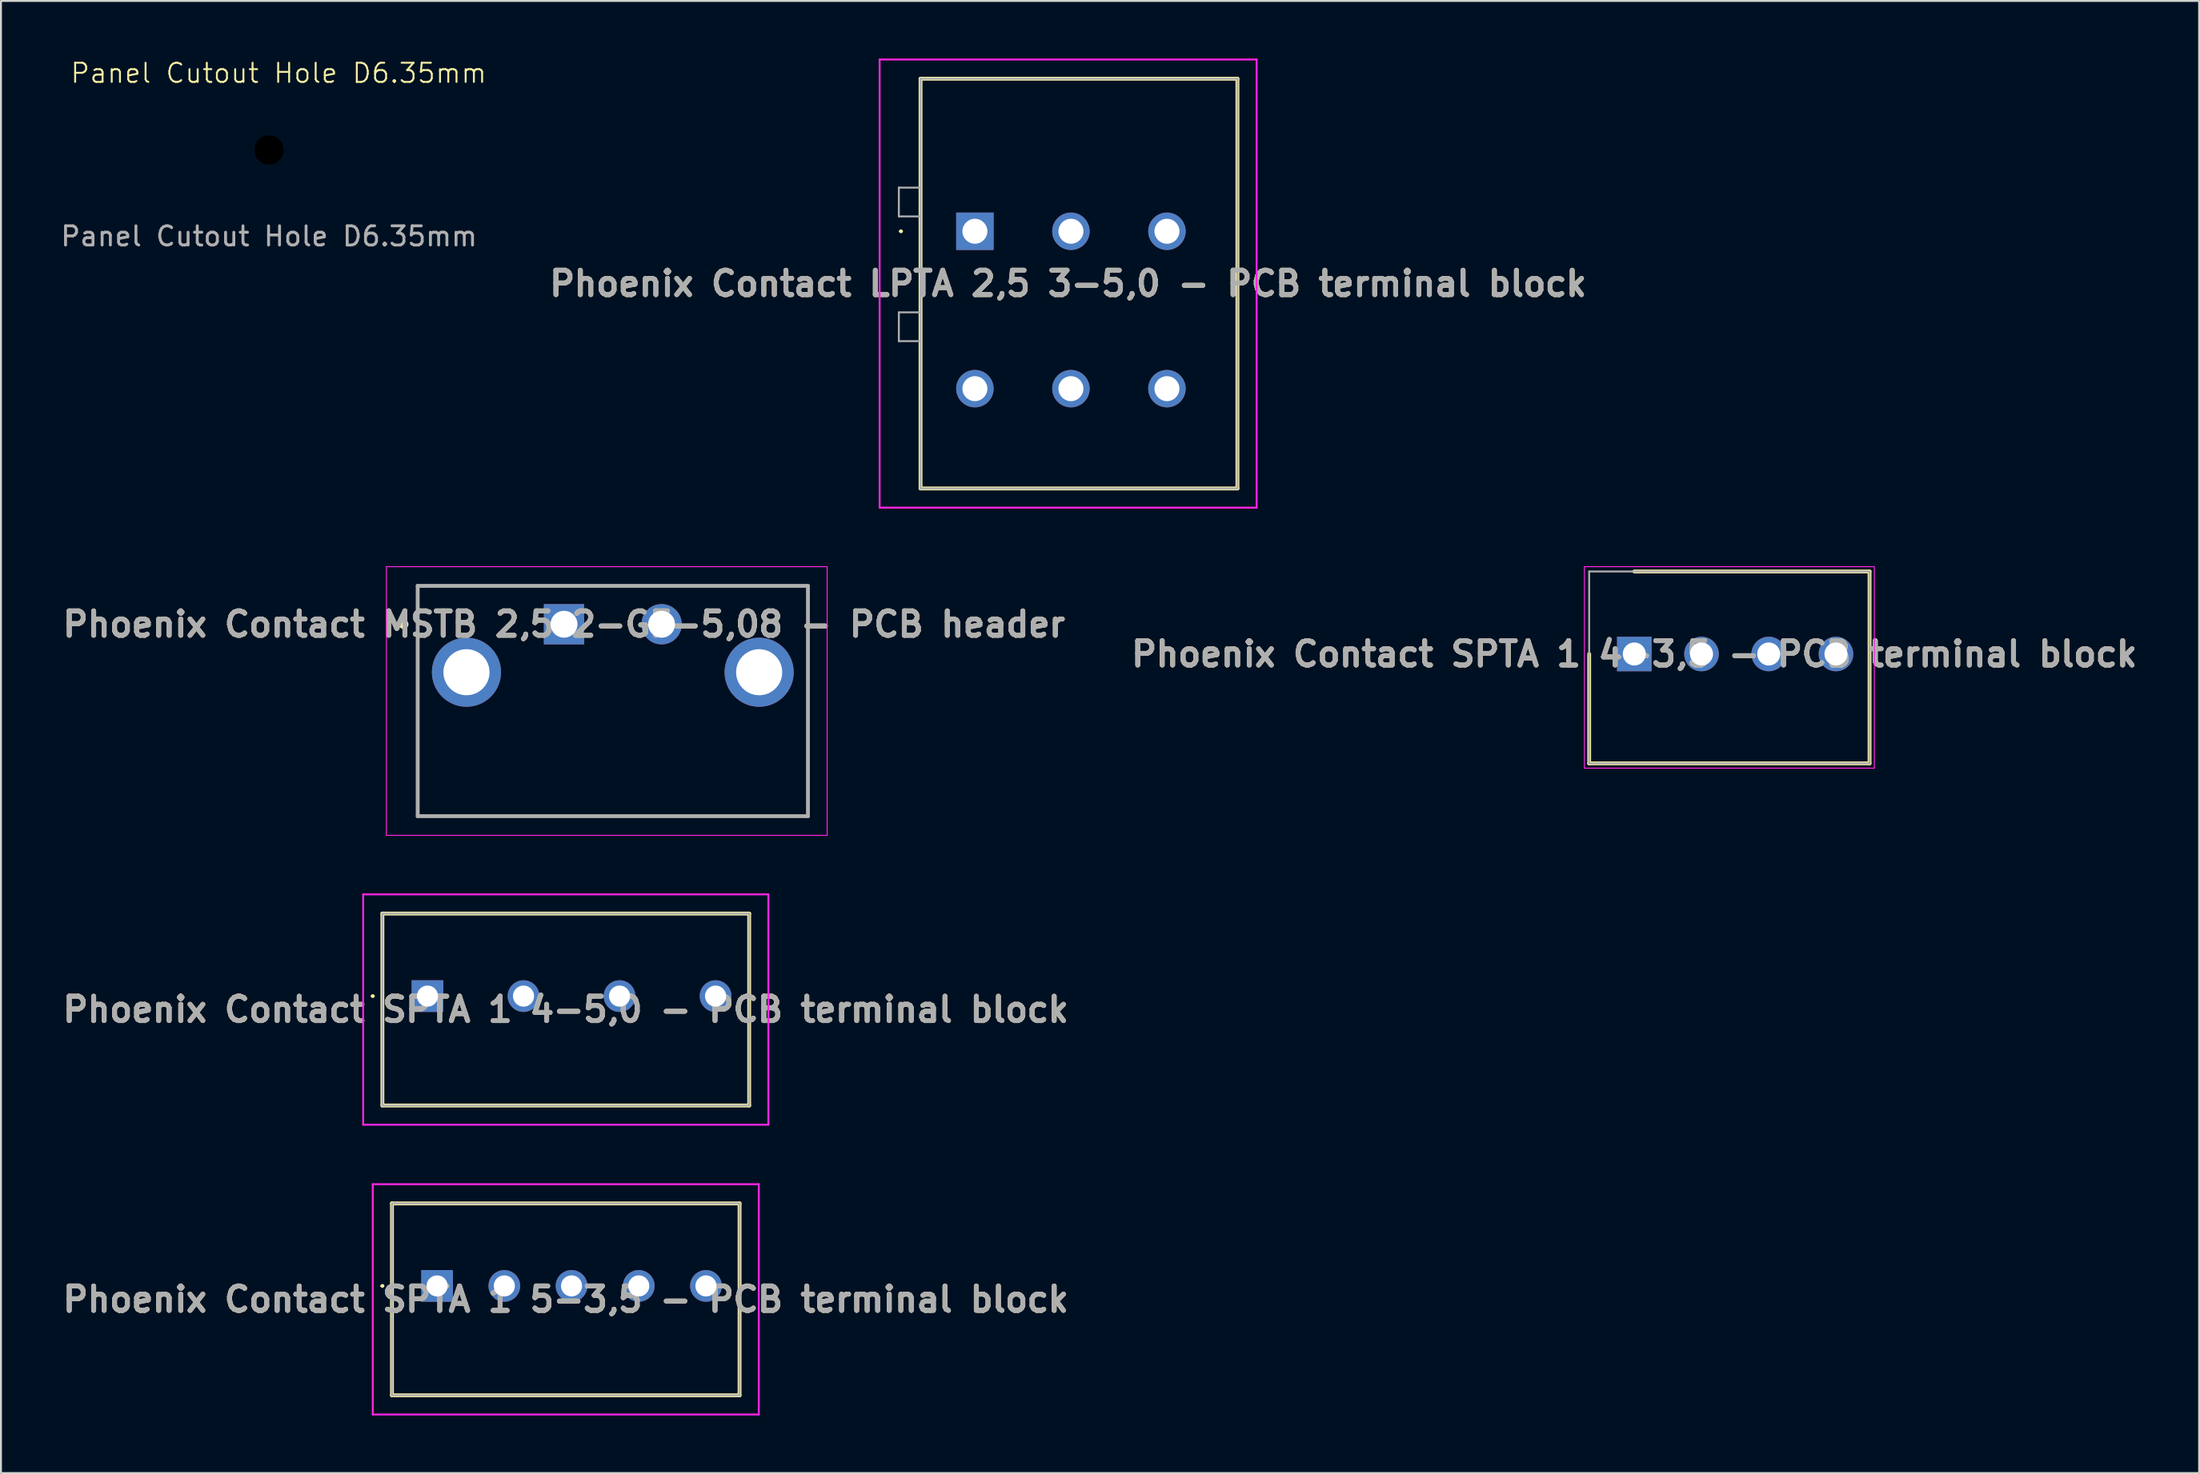
<source format=kicad_pcb>
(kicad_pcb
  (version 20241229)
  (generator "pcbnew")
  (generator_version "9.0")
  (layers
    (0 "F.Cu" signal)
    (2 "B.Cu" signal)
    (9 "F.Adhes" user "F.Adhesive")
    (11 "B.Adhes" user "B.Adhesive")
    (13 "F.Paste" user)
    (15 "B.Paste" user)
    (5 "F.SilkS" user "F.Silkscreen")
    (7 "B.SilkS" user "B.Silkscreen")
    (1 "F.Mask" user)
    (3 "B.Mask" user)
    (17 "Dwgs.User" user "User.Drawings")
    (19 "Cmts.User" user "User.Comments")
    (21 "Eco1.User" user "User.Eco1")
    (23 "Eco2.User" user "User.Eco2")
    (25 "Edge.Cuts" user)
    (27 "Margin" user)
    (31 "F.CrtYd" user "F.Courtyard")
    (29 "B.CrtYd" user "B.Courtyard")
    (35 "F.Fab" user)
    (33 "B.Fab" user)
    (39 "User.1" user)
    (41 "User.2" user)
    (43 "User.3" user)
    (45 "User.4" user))
  (footprint "Phoenix Contact SPTA 1 5-3,5 - PCB terminal block"
    (layer "F.Cu")
    (at 19.71 63.95)
    (property "Reference" "Phoenix Contact SPTA 1 5-3,5 - PCB terminal block" (at 6.7 0.7 0) (layer "F.SilkS") (effects (font (size 1.27 1.27) (thickness 0.254))))
    (attr through_hole)
    (fp_line (start -2.9 0) (end -2.9 0) (stroke (width 0.1) (type solid)) (layer "F.SilkS"))
    (fp_line (start -2.8 0) (end -2.8 0) (stroke (width 0.1) (type solid)) (layer "F.SilkS"))
    (fp_line (start -2.35 -4.3) (end -2.35 5.7) (stroke (width 0.2) (type solid)) (layer "F.SilkS"))
    (fp_line (start -2.35 5.7) (end 15.75 5.7) (stroke (width 0.2) (type solid)) (layer "F.SilkS"))
    (fp_line (start 15.75 -4.3) (end -2.35 -4.3) (stroke (width 0.2) (type solid)) (layer "F.SilkS"))
    (fp_line (start 15.75 5.7) (end 15.75 -4.3) (stroke (width 0.2) (type solid)) (layer "F.SilkS"))
    (fp_arc (start -2.9 0) (mid -2.85 -0.05) (end -2.8 0) (stroke (width 0.1) (type solid)) (layer "F.SilkS"))
    (fp_arc (start -2.8 0) (mid -2.85 0.05) (end -2.9 0) (stroke (width 0.1) (type solid)) (layer "F.SilkS"))
    (fp_line (start -3.35 -5.3) (end 16.75 -5.3) (stroke (width 0.1) (type solid)) (layer "F.CrtYd"))
    (fp_line (start -3.35 6.7) (end -3.35 -5.3) (stroke (width 0.1) (type solid)) (layer "F.CrtYd"))
    (fp_line (start 16.75 -5.3) (end 16.75 6.7) (stroke (width 0.1) (type solid)) (layer "F.CrtYd"))
    (fp_line (start 16.75 6.7) (end -3.35 6.7) (stroke (width 0.1) (type solid)) (layer "F.CrtYd"))
    (fp_line (start -2.35 -4.3) (end -2.35 5.7) (stroke (width 0.1) (type solid)) (layer "F.Fab"))
    (fp_line (start -2.35 5.7) (end 15.75 5.7) (stroke (width 0.1) (type solid)) (layer "F.Fab"))
    (fp_line (start 15.75 -4.3) (end -2.35 -4.3) (stroke (width 0.1) (type solid)) (layer "F.Fab"))
    (fp_line (start 15.75 5.7) (end 15.75 -4.3) (stroke (width 0.1) (type solid)) (layer "F.Fab"))
    (fp_text user "${REFERENCE}" (at 6.7 0.7 0) (layer "F.Fab") (effects (font (size 1.27 1.27) (thickness 0.254))))
    (pad "1" thru_hole rect (at 0 0) (size 1.65 1.65) (drill 1.1) (layers "*.Cu" "*.Mask"))
    (pad "2" thru_hole circle (at 3.5 0) (size 1.65 1.65) (drill 1.1) (layers "*.Cu" "*.Mask"))
    (pad "3" thru_hole circle (at 7 0) (size 1.65 1.65) (drill 1.1) (layers "*.Cu" "*.Mask"))
    (pad "4" thru_hole circle (at 10.5 0) (size 1.65 1.65) (drill 1.1) (layers "*.Cu" "*.Mask"))
    (pad "5" thru_hole circle (at 14 0) (size 1.65 1.65) (drill 1.1) (layers "*.Cu" "*.Mask")))
  (footprint "Phoenix Contact LPTA 2,5 3-5,0 - PCB terminal block"
    (layer "F.Cu")
    (at 47.713 9)
    (property "Reference" "Phoenix Contact LPTA 2,5 3-5,0 - PCB terminal block" (at 4.855 2.725 0) (layer "F.SilkS") (effects (font (size 1.27 1.27) (thickness 0.254))))
    (attr through_hole)
    (fp_line (start -3.9 0) (end -3.9 0) (stroke (width 0.1) (type solid)) (layer "F.SilkS"))
    (fp_line (start -3.8 0) (end -3.8 0) (stroke (width 0.1) (type solid)) (layer "F.SilkS"))
    (fp_line (start -2.83 -7.95) (end 13.67 -7.95) (stroke (width 0.2) (type solid)) (layer "F.SilkS"))
    (fp_line (start -2.83 13.4) (end -2.83 -7.95) (stroke (width 0.2) (type solid)) (layer "F.SilkS"))
    (fp_line (start 13.67 -7.95) (end 13.67 13.4) (stroke (width 0.2) (type solid)) (layer "F.SilkS"))
    (fp_line (start 13.67 13.4) (end -2.83 13.4) (stroke (width 0.2) (type solid)) (layer "F.SilkS"))
    (fp_arc (start -3.9 0) (mid -3.85 -0.05) (end -3.8 0) (stroke (width 0.1) (type solid)) (layer "F.SilkS"))
    (fp_arc (start -3.8 0) (mid -3.85 0.05) (end -3.9 0) (stroke (width 0.1) (type solid)) (layer "F.SilkS"))
    (fp_line (start -4.96 -8.95) (end 14.67 -8.95) (stroke (width 0.1) (type solid)) (layer "F.CrtYd"))
    (fp_line (start -4.96 14.4) (end -4.96 -8.95) (stroke (width 0.1) (type solid)) (layer "F.CrtYd"))
    (fp_line (start 14.67 -8.95) (end 14.67 14.4) (stroke (width 0.1) (type solid)) (layer "F.CrtYd"))
    (fp_line (start 14.67 14.4) (end -4.96 14.4) (stroke (width 0.1) (type solid)) (layer "F.CrtYd"))
    (fp_line (start -3.96 -2.275) (end -3.96 -0.775) (stroke (width 0.1) (type solid)) (layer "F.Fab"))
    (fp_line (start -3.96 -0.775) (end -2.83 -0.775) (stroke (width 0.1) (type solid)) (layer "F.Fab"))
    (fp_line (start -3.96 4.225) (end -3.96 5.725) (stroke (width 0.1) (type solid)) (layer "F.Fab"))
    (fp_line (start -3.96 5.725) (end -2.83 5.725) (stroke (width 0.1) (type solid)) (layer "F.Fab"))
    (fp_line (start -2.83 -7.95) (end 13.67 -7.95) (stroke (width 0.1) (type solid)) (layer "F.Fab"))
    (fp_line (start -2.83 -2.275) (end -3.96 -2.275) (stroke (width 0.1) (type solid)) (layer "F.Fab"))
    (fp_line (start -2.83 4.225) (end -3.96 4.225) (stroke (width 0.1) (type solid)) (layer "F.Fab"))
    (fp_line (start -2.83 13.4) (end -2.83 -7.95) (stroke (width 0.1) (type solid)) (layer "F.Fab"))
    (fp_line (start 13.67 -7.95) (end 13.67 13.4) (stroke (width 0.1) (type solid)) (layer "F.Fab"))
    (fp_line (start 13.67 13.4) (end -2.83 13.4) (stroke (width 0.1) (type solid)) (layer "F.Fab"))
    (fp_text user "${REFERENCE}" (at 4.855 2.725 0) (layer "F.Fab") (effects (font (size 1.27 1.27) (thickness 0.254))))
    (pad "1" thru_hole rect (at 0 0) (size 1.95 1.95) (drill 1.3) (layers "*.Cu" "*.Mask"))
    (pad "1" thru_hole circle (at 0 8.2) (size 1.95 1.95) (drill 1.3) (layers "*.Cu" "*.Mask"))
    (pad "2" thru_hole circle (at 5 0) (size 1.95 1.95) (drill 1.3) (layers "*.Cu" "*.Mask"))
    (pad "2" thru_hole circle (at 5 8.2) (size 1.95 1.95) (drill 1.3) (layers "*.Cu" "*.Mask"))
    (pad "3" thru_hole circle (at 10 0) (size 1.95 1.95) (drill 1.3) (layers "*.Cu" "*.Mask"))
    (pad "3" thru_hole circle (at 10 8.2) (size 1.95 1.95) (drill 1.3) (layers "*.Cu" "*.Mask")))
  (footprint "Phoenix Contact SPTA 1 4-3,5 - PCB terminal block"
    (layer "F.Cu")
    (at 82.048 31.025)
    (property "Reference" "Phoenix Contact SPTA 1 4-3,5 - PCB terminal block" (at 0 0 0) (layer "F.SilkS") (effects (font (size 1.27 1.27) (thickness 0.254))))
    (attr through_hole)
    (fp_line (start -2.35 5.7) (end -2.35 0) (stroke (width 0.2) (type solid)) (layer "F.SilkS"))
    (fp_line (start 0 -4.3) (end 12.25 -4.3) (stroke (width 0.2) (type solid)) (layer "F.SilkS"))
    (fp_line (start 12.25 -4.3) (end 12.25 5.7) (stroke (width 0.2) (type solid)) (layer "F.SilkS"))
    (fp_line (start 12.25 5.7) (end -2.35 5.7) (stroke (width 0.2) (type solid)) (layer "F.SilkS"))
    (fp_line (start -2.6 -4.55) (end 12.5 -4.55) (stroke (width 0.05) (type solid)) (layer "F.CrtYd"))
    (fp_line (start -2.6 5.95) (end -2.6 -4.55) (stroke (width 0.05) (type solid)) (layer "F.CrtYd"))
    (fp_line (start 12.5 -4.55) (end 12.5 5.95) (stroke (width 0.05) (type solid)) (layer "F.CrtYd"))
    (fp_line (start 12.5 5.95) (end -2.6 5.95) (stroke (width 0.05) (type solid)) (layer "F.CrtYd"))
    (fp_line (start -2.35 -4.3) (end 12.25 -4.3) (stroke (width 0.1) (type solid)) (layer "F.Fab"))
    (fp_line (start -2.35 5.7) (end -2.35 -4.3) (stroke (width 0.1) (type solid)) (layer "F.Fab"))
    (fp_line (start 12.25 -4.3) (end 12.25 5.7) (stroke (width 0.1) (type solid)) (layer "F.Fab"))
    (fp_line (start 12.25 5.7) (end -2.35 5.7) (stroke (width 0.1) (type solid)) (layer "F.Fab"))
    (fp_text user "${REFERENCE}" (at 0 0 0) (layer "F.Fab") (effects (font (size 1.27 1.27) (thickness 0.254))))
    (pad "1" thru_hole rect (at 0 0) (size 1.8 1.8) (drill 1.2) (layers "*.Cu" "*.Mask"))
    (pad "2" thru_hole circle (at 3.5 0) (size 1.8 1.8) (drill 1.2) (layers "*.Cu" "*.Mask"))
    (pad "3" thru_hole circle (at 7 0) (size 1.8 1.8) (drill 1.2) (layers "*.Cu" "*.Mask"))
    (pad "4" thru_hole circle (at 10.5 0) (size 1.8 1.8) (drill 1.2) (layers "*.Cu" "*.Mask")))
  (footprint "Panel Cutout Hole D6.35mm"
    (layer "F.Cu")
    (at 10.958 4.761)
    (property "Reference" "Panel Cutout Hole D6.35mm" (at 0.5 -4 0) (unlocked yes) (layer "F.SilkS") (effects (font (size 1 1) (thickness 0.1))))
    (fp_text user "${REFERENCE}" (at 0 4.5 0) (unlocked yes) (layer "F.Fab") (effects (font (size 1 1) (thickness 0.15))))
    (pad "" np_thru_hole circle (at 0 0) (size 1.524 1.524) (drill 6.35) (layers "*.Mask")))
  (footprint "Phoenix Contact SPTA 1 4-5,0 - PCB terminal block"
    (layer "F.Cu")
    (at 19.21 48.85)
    (property "Reference" "Phoenix Contact SPTA 1 4-5,0 - PCB terminal block" (at 7.2 0.7 0) (layer "F.SilkS") (effects (font (size 1.27 1.27) (thickness 0.254))))
    (attr through_hole)
    (fp_line (start -2.9 0) (end -2.9 0) (stroke (width 0.1) (type solid)) (layer "F.SilkS"))
    (fp_line (start -2.8 0) (end -2.8 0) (stroke (width 0.1) (type solid)) (layer "F.SilkS"))
    (fp_line (start -2.35 -4.3) (end -2.35 5.7) (stroke (width 0.2) (type solid)) (layer "F.SilkS"))
    (fp_line (start -2.35 5.7) (end 16.75 5.7) (stroke (width 0.2) (type solid)) (layer "F.SilkS"))
    (fp_line (start 16.75 -4.3) (end -2.35 -4.3) (stroke (width 0.2) (type solid)) (layer "F.SilkS"))
    (fp_line (start 16.75 5.7) (end 16.75 -4.3) (stroke (width 0.2) (type solid)) (layer "F.SilkS"))
    (fp_arc (start -2.9 0) (mid -2.85 -0.05) (end -2.8 0) (stroke (width 0.1) (type solid)) (layer "F.SilkS"))
    (fp_arc (start -2.8 0) (mid -2.85 0.05) (end -2.9 0) (stroke (width 0.1) (type solid)) (layer "F.SilkS"))
    (fp_line (start -3.35 -5.3) (end 17.75 -5.3) (stroke (width 0.1) (type solid)) (layer "F.CrtYd"))
    (fp_line (start -3.35 6.7) (end -3.35 -5.3) (stroke (width 0.1) (type solid)) (layer "F.CrtYd"))
    (fp_line (start 17.75 -5.3) (end 17.75 6.7) (stroke (width 0.1) (type solid)) (layer "F.CrtYd"))
    (fp_line (start 17.75 6.7) (end -3.35 6.7) (stroke (width 0.1) (type solid)) (layer "F.CrtYd"))
    (fp_line (start -2.35 -4.3) (end -2.35 5.7) (stroke (width 0.1) (type solid)) (layer "F.Fab"))
    (fp_line (start -2.35 5.7) (end 16.75 5.7) (stroke (width 0.1) (type solid)) (layer "F.Fab"))
    (fp_line (start 16.75 -4.3) (end -2.35 -4.3) (stroke (width 0.1) (type solid)) (layer "F.Fab"))
    (fp_line (start 16.75 5.7) (end 16.75 -4.3) (stroke (width 0.1) (type solid)) (layer "F.Fab"))
    (fp_text user "${REFERENCE}" (at 7.2 0.7 0) (layer "F.Fab") (effects (font (size 1.27 1.27) (thickness 0.254))))
    (pad "1" thru_hole rect (at 0 0) (size 1.65 1.65) (drill 1.1) (layers "*.Cu" "*.Mask"))
    (pad "2" thru_hole circle (at 5 0) (size 1.65 1.65) (drill 1.1) (layers "*.Cu" "*.Mask"))
    (pad "3" thru_hole circle (at 10 0) (size 1.65 1.65) (drill 1.1) (layers "*.Cu" "*.Mask"))
    (pad "4" thru_hole circle (at 15 0) (size 1.65 1.65) (drill 1.1) (layers "*.Cu" "*.Mask")))
  (footprint "Phoenix Contact MSTB 2,5 2-GF-5,08 - PCB header"
    (layer "F.Cu")
    (at 26.319 29.475)
    (property "Reference" "Phoenix Contact MSTB 2,5 2-GF-5,08 - PCB header" (at 0 0 0) (layer "F.SilkS") (effects (font (size 1.27 1.27) (thickness 0.254))))
    (attr through_hole)
    (fp_line (start -7.62 -2) (end 12.7 -2) (stroke (width 0.1) (type solid)) (layer "F.SilkS"))
    (fp_line (start -7.62 10) (end -7.62 -2) (stroke (width 0.1) (type solid)) (layer "F.SilkS"))
    (fp_line (start 12.7 -2) (end 12.7 10) (stroke (width 0.1) (type solid)) (layer "F.SilkS"))
    (fp_line (start 12.7 10) (end -7.62 10) (stroke (width 0.1) (type solid)) (layer "F.SilkS"))
    (fp_circle (center -8.35 0) (end -8.35 0.05) (stroke (width 0.2) (type solid)) (fill no) (layer "F.SilkS"))
    (fp_line (start -9.25 -3) (end 13.7 -3) (stroke (width 0.05) (type solid)) (layer "F.CrtYd"))
    (fp_line (start -9.25 11) (end -9.25 -3) (stroke (width 0.05) (type solid)) (layer "F.CrtYd"))
    (fp_line (start 13.7 -3) (end 13.7 11) (stroke (width 0.05) (type solid)) (layer "F.CrtYd"))
    (fp_line (start 13.7 11) (end -9.25 11) (stroke (width 0.05) (type solid)) (layer "F.CrtYd"))
    (fp_line (start -7.62 -2) (end 12.7 -2) (stroke (width 0.2) (type solid)) (layer "F.Fab"))
    (fp_line (start -7.62 10) (end -7.62 -2) (stroke (width 0.2) (type solid)) (layer "F.Fab"))
    (fp_line (start 12.7 -2) (end 12.7 10) (stroke (width 0.2) (type solid)) (layer "F.Fab"))
    (fp_line (start 12.7 10) (end -7.62 10) (stroke (width 0.2) (type solid)) (layer "F.Fab"))
    (fp_text user "${REFERENCE}" (at 0 0 0) (layer "F.Fab") (effects (font (size 1.27 1.27) (thickness 0.254))))
    (pad "1" thru_hole rect (at 0 0) (size 2.1 2.1) (drill 1.4) (layers "*.Cu" "*.Mask"))
    (pad "2" thru_hole circle (at 5.08 0) (size 2.1 2.1) (drill 1.4) (layers "*.Cu" "*.Mask"))
    (pad "3" thru_hole circle (at -5.08 2.5) (size 3.6 3.6) (drill 2.4) (layers "*.Cu" "*.Mask"))
    (pad "4" thru_hole circle (at 10.16 2.5) (size 3.6 3.6) (drill 2.4) (layers "*.Cu" "*.Mask")))
  (gr_rect
    (start -3 -3)
    (end 111.458 73.7)
    (stroke (width 0.1) (type default))
    (fill no)
    (layer "Edge.Cuts")))
</source>
